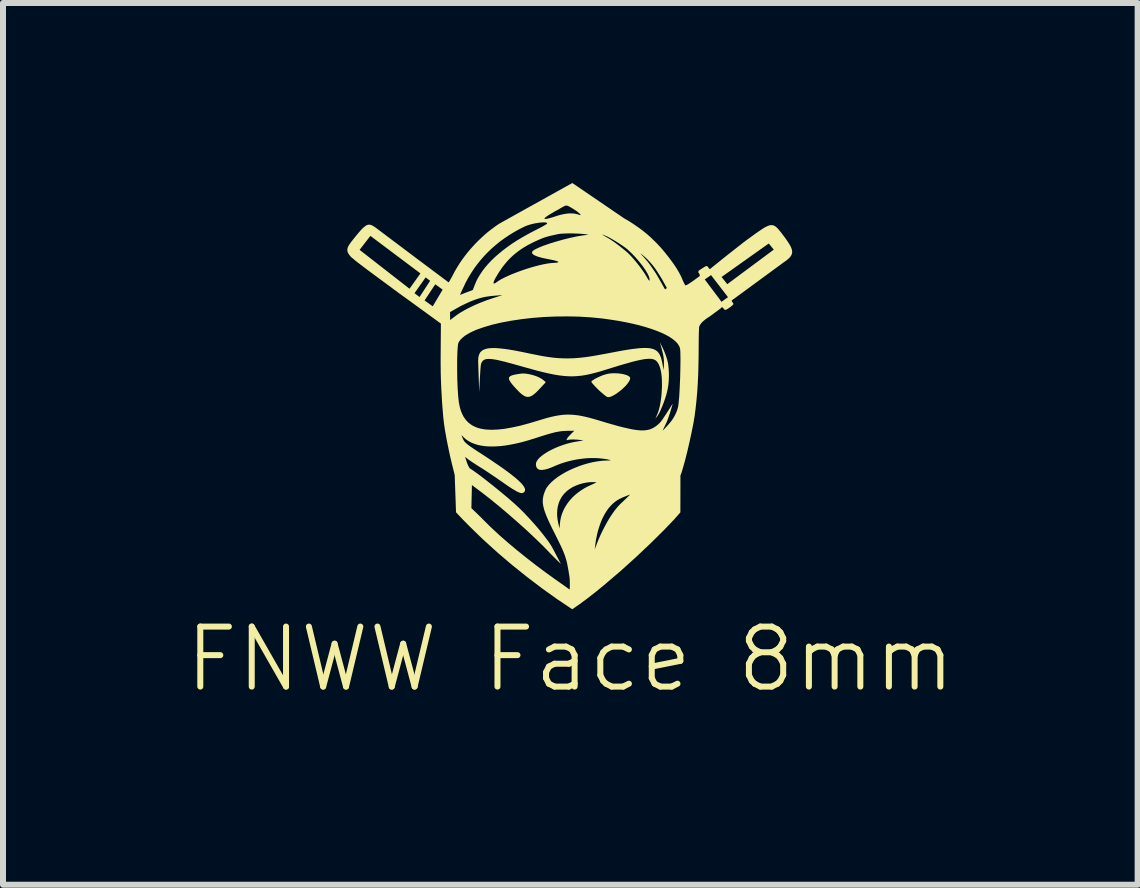
<source format=kicad_pcb>
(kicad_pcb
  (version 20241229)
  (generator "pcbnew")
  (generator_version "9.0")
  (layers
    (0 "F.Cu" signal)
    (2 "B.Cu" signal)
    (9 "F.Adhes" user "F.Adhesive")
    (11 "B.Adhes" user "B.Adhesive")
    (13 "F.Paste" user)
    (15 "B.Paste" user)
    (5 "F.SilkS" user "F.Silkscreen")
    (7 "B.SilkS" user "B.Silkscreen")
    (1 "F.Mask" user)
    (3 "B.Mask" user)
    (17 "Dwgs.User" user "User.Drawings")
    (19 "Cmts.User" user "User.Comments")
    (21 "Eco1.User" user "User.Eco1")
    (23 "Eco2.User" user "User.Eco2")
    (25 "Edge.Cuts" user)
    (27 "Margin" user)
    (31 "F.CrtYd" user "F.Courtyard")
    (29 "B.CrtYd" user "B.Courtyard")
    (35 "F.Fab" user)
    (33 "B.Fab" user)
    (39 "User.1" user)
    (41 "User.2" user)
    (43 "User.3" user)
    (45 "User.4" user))
  (footprint "FNWW Face 8mm"
    (layer "F.Cu")
    (at 6.455 3.635)
    (property "Reference" "FNWW Face 8mm" (at 0 4.3 0) (unlocked yes) (layer "F.SilkS") (effects (font (size 1 1) (thickness 0.1))))
    (fp_poly (pts (xy -0.755 -0.459) (xy -0.73 -0.456) (xy -0.705 -0.452) (xy -0.678 -0.447) (xy -0.652 -0.441) (xy -0.625 -0.434) (xy -0.599 -0.426) (xy -0.574 -0.417) (xy -0.549 -0.408) (xy -0.526 -0.397) (xy -0.504 -0.386) (xy -0.484 -0.375) (xy -0.466 -0.363) (xy -0.45 -0.351) (xy -0.409 -0.316) (xy -0.503 -0.214) (xy -0.535 -0.18) (xy -0.564 -0.151) (xy -0.578 -0.138) (xy -0.592 -0.126) (xy -0.605 -0.115) (xy -0.617 -0.106) (xy -0.629 -0.097) (xy -0.641 -0.09) (xy -0.653 -0.084) (xy -0.664 -0.079) (xy -0.676 -0.075) (xy -0.687 -0.072) (xy -0.698 -0.071) (xy -0.709 -0.07) (xy -0.72 -0.071) (xy -0.731 -0.073) (xy -0.742 -0.076) (xy -0.753 -0.08) (xy -0.764 -0.085) (xy -0.776 -0.092) (xy -0.788 -0.099) (xy -0.8 -0.108) (xy -0.813 -0.118) (xy -0.826 -0.129) (xy -0.84 -0.141) (xy -0.854 -0.155) (xy -0.883 -0.185) (xy -0.916 -0.219) (xy -0.944 -0.251) (xy -0.968 -0.279) (xy -0.988 -0.305) (xy -0.996 -0.316) (xy -1.003 -0.327) (xy -1.009 -0.337) (xy -1.014 -0.347) (xy -1.018 -0.356) (xy -1.021 -0.364) (xy -1.023 -0.372) (xy -1.023 -0.38) (xy -1.023 -0.387) (xy -1.021 -0.393) (xy -1.018 -0.399) (xy -1.013 -0.405) (xy -1.008 -0.41) (xy -1.001 -0.415) (xy -0.993 -0.42) (xy -0.984 -0.424) (xy -0.974 -0.428) (xy -0.962 -0.432) (xy -0.935 -0.439) (xy -0.902 -0.446) (xy -0.865 -0.452) (xy -0.822 -0.458) (xy -0.801 -0.46) (xy -0.779 -0.46)) (stroke (width 0) (type solid)) (fill yes) (layer "F.SilkS"))
    (fp_poly (pts (xy 0.75 -0.464) (xy 0.783 -0.463) (xy 0.815 -0.46) (xy 0.846 -0.456) (xy 0.875 -0.451) (xy 0.902 -0.444) (xy 0.927 -0.437) (xy 0.949 -0.429) (xy 0.959 -0.424) (xy 0.967 -0.42) (xy 0.975 -0.415) (xy 0.982 -0.41) (xy 0.987 -0.405) (xy 0.992 -0.399) (xy 0.995 -0.394) (xy 0.996 -0.388) (xy 0.997 -0.379) (xy 0.996 -0.369) (xy 0.993 -0.358) (xy 0.988 -0.347) (xy 0.982 -0.334) (xy 0.974 -0.322) (xy 0.955 -0.294) (xy 0.932 -0.266) (xy 0.904 -0.237) (xy 0.874 -0.208) (xy 0.842 -0.18) (xy 0.808 -0.154) (xy 0.775 -0.129) (xy 0.741 -0.108) (xy 0.71 -0.09) (xy 0.68 -0.077) (xy 0.667 -0.072) (xy 0.654 -0.069) (xy 0.642 -0.067) (xy 0.631 -0.066) (xy 0.622 -0.067) (xy 0.613 -0.07) (xy 0.601 -0.078) (xy 0.585 -0.089) (xy 0.566 -0.103) (xy 0.546 -0.12) (xy 0.524 -0.139) (xy 0.501 -0.159) (xy 0.478 -0.18) (xy 0.455 -0.202) (xy 0.434 -0.224) (xy 0.413 -0.245) (xy 0.395 -0.265) (xy 0.379 -0.283) (xy 0.366 -0.298) (xy 0.356 -0.311) (xy 0.353 -0.316) (xy 0.351 -0.321) (xy 0.35 -0.324) (xy 0.351 -0.326) (xy 0.355 -0.332) (xy 0.362 -0.338) (xy 0.372 -0.346) (xy 0.383 -0.353) (xy 0.395 -0.361) (xy 0.41 -0.37) (xy 0.425 -0.378) (xy 0.442 -0.387) (xy 0.477 -0.404) (xy 0.513 -0.42) (xy 0.531 -0.427) (xy 0.549 -0.434) (xy 0.567 -0.439) (xy 0.583 -0.444) (xy 0.597 -0.448) (xy 0.611 -0.452) (xy 0.625 -0.455) (xy 0.655 -0.46) (xy 0.686 -0.463) (xy 0.718 -0.464)) (stroke (width 0) (type solid)) (fill yes) (layer "F.SilkS"))
    (fp_poly (pts (xy 1.511 -0.943) (xy 1.532 -0.901) (xy 1.557 -0.848) (xy 1.582 -0.787) (xy 1.594 -0.754) (xy 1.605 -0.721) (xy 1.615 -0.688) (xy 1.623 -0.654) (xy 1.63 -0.622) (xy 1.634 -0.59) (xy 1.639 -0.535) (xy 1.642 -0.482) (xy 1.643 -0.432) (xy 1.642 -0.383) (xy 1.64 -0.336) (xy 1.636 -0.29) (xy 1.63 -0.245) (xy 1.622 -0.201) (xy 1.613 -0.157) (xy 1.601 -0.112) (xy 1.588 -0.068) (xy 1.573 -0.023) (xy 1.557 0.023) (xy 1.538 0.071) (xy 1.518 0.119) (xy 1.496 0.17) (xy 1.493 0.176) (xy 1.49 0.182) (xy 1.484 0.193) (xy 1.478 0.204) (xy 1.472 0.215) (xy 1.465 0.226) (xy 1.459 0.236) (xy 1.453 0.245) (xy 1.447 0.254) (xy 1.441 0.261) (xy 1.436 0.269) (xy 1.427 0.28) (xy 1.419 0.29) (xy 1.431 0.261) (xy 1.456 0.203) (xy 1.469 0.167) (xy 1.481 0.126) (xy 1.492 0.081) (xy 1.501 0.033) (xy 1.509 -0.018) (xy 1.516 -0.071) (xy 1.521 -0.125) (xy 1.524 -0.18) (xy 1.527 -0.235) (xy 1.527 -0.289) (xy 1.526 -0.342) (xy 1.524 -0.392) (xy 1.519 -0.439) (xy 1.513 -0.482) (xy 1.505 -0.521) (xy 1.496 -0.555) (xy 1.483 -0.592) (xy 1.468 -0.623) (xy 1.451 -0.65) (xy 1.431 -0.671) (xy 1.42 -0.68) (xy 1.407 -0.687) (xy 1.393 -0.694) (xy 1.378 -0.699) (xy 1.342 -0.705) (xy 1.299 -0.705) (xy 1.248 -0.701) (xy 1.188 -0.691) (xy 1.118 -0.676) (xy 1.036 -0.656) (xy 0.836 -0.599) (xy 0.579 -0.52) (xy 0.491 -0.493) (xy 0.408 -0.47) (xy 0.331 -0.451) (xy 0.256 -0.435) (xy 0.185 -0.424) (xy 0.114 -0.417) (xy 0.043 -0.413) (xy -0.029 -0.414) (xy -0.103 -0.419) (xy -0.181 -0.428) (xy -0.264 -0.441) (xy -0.352 -0.459) (xy -0.448 -0.481) (xy -0.552 -0.507) (xy -0.79 -0.573) (xy -0.89 -0.601) (xy -0.979 -0.626) (xy -1.059 -0.647) (xy -1.095 -0.657) (xy -1.13 -0.665) (xy -1.162 -0.673) (xy -1.192 -0.68) (xy -1.22 -0.686) (xy -1.246 -0.691) (xy -1.27 -0.695) (xy -1.293 -0.698) (xy -1.313 -0.701) (xy -1.333 -0.702) (xy -1.35 -0.703) (xy -1.367 -0.703) (xy -1.382 -0.702) (xy -1.395 -0.701) (xy -1.408 -0.699) (xy -1.419 -0.695) (xy -1.424 -0.693) (xy -1.429 -0.691) (xy -1.434 -0.689) (xy -1.439 -0.687) (xy -1.443 -0.684) (xy -1.447 -0.681) (xy -1.451 -0.678) (xy -1.455 -0.675) (xy -1.462 -0.668) (xy -1.468 -0.66) (xy -1.474 -0.651) (xy -1.479 -0.642) (xy -1.484 -0.632) (xy -1.488 -0.621) (xy -1.49 -0.61) (xy -1.493 -0.592) (xy -1.498 -0.534) (xy -1.508 -0.375) (xy -1.519 -0.152) (xy -1.527 -0.394) (xy -1.536 -0.674) (xy -1.534 -0.717) (xy -1.527 -0.755) (xy -1.515 -0.788) (xy -1.507 -0.803) (xy -1.498 -0.816) (xy -1.487 -0.828) (xy -1.474 -0.839) (xy -1.46 -0.849) (xy -1.444 -0.857) (xy -1.407 -0.871) (xy -1.362 -0.88) (xy -1.309 -0.884) (xy -1.247 -0.884) (xy -1.177 -0.879) (xy -1.096 -0.87) (xy -1.006 -0.857) (xy -0.905 -0.839) (xy -0.793 -0.817) (xy -0.669 -0.791) (xy -0.494 -0.756) (xy -0.414 -0.742) (xy -0.337 -0.731) (xy -0.263 -0.722) (xy -0.191 -0.716) (xy -0.12 -0.713) (xy -0.049 -0.712) (xy 0.023 -0.713) (xy 0.097 -0.717) (xy 0.173 -0.724) (xy 0.252 -0.733) (xy 0.336 -0.745) (xy 0.426 -0.76) (xy 0.623 -0.796) (xy 0.722 -0.815) (xy 0.812 -0.832) (xy 0.895 -0.847) (xy 0.97 -0.859) (xy 1.038 -0.869) (xy 1.099 -0.876) (xy 1.155 -0.882) (xy 1.205 -0.885) (xy 1.249 -0.886) (xy 1.27 -0.885) (xy 1.289 -0.884) (xy 1.307 -0.883) (xy 1.324 -0.881) (xy 1.34 -0.878) (xy 1.355 -0.875) (xy 1.369 -0.871) (xy 1.383 -0.867) (xy 1.395 -0.862) (xy 1.407 -0.857) (xy 1.418 -0.851) (xy 1.428 -0.844) (xy 1.438 -0.837) (xy 1.447 -0.83) (xy 1.452 -0.825) (xy 1.457 -0.821) (xy 1.466 -0.81) (xy 1.474 -0.799) (xy 1.482 -0.787) (xy 1.489 -0.775) (xy 1.495 -0.762) (xy 1.501 -0.749) (xy 1.506 -0.736) (xy 1.511 -0.723) (xy 1.515 -0.709) (xy 1.519 -0.696) (xy 1.522 -0.683) (xy 1.528 -0.659) (xy 1.532 -0.638) (xy 1.544 -0.574) (xy 1.548 -0.553) (xy 1.556 -0.517) (xy 1.558 -0.565) (xy 1.56 -0.604) (xy 1.56 -0.636) (xy 1.56 -0.65) (xy 1.56 -0.663) (xy 1.56 -0.674) (xy 1.559 -0.685) (xy 1.558 -0.696) (xy 1.557 -0.706) (xy 1.555 -0.727) (xy 1.551 -0.75) (xy 1.548 -0.766) (xy 1.545 -0.783) (xy 1.536 -0.82) (xy 1.526 -0.859) (xy 1.516 -0.896) (xy 1.499 -0.956) (xy 1.491 -0.98)) (stroke (width 0) (type solid)) (fill yes) (layer "F.SilkS"))
    (fp_poly (pts (xy 0.9 -3.044) (xy 0.949 -3.016) (xy 0.999 -2.986) (xy 1.049 -2.953) (xy 1.099 -2.919) (xy 1.149 -2.884) (xy 1.198 -2.848) (xy 1.244 -2.811) (xy 1.289 -2.774) (xy 1.309 -2.756) (xy 1.334 -2.734) (xy 1.361 -2.708) (xy 1.391 -2.679) (xy 1.422 -2.649) (xy 1.452 -2.618) (xy 1.481 -2.587) (xy 1.508 -2.558) (xy 1.539 -2.522) (xy 1.569 -2.486) (xy 1.626 -2.415) (xy 1.653 -2.38) (xy 1.679 -2.345) (xy 1.704 -2.311) (xy 1.728 -2.277) (xy 1.75 -2.244) (xy 1.771 -2.212) (xy 1.79 -2.18) (xy 1.808 -2.15) (xy 1.824 -2.12) (xy 1.839 -2.092) (xy 1.852 -2.065) (xy 1.862 -2.04) (xy 1.867 -2.029) (xy 1.872 -2.018) (xy 1.876 -2.007) (xy 1.881 -1.997) (xy 1.885 -1.988) (xy 1.889 -1.979) (xy 1.894 -1.97) (xy 1.898 -1.962) (xy 1.901 -1.955) (xy 1.905 -1.949) (xy 1.908 -1.943) (xy 1.911 -1.939) (xy 1.914 -1.935) (xy 1.916 -1.932) (xy 1.917 -1.931) (xy 1.918 -1.931) (xy 1.919 -1.93) (xy 1.92 -1.93) (xy 1.923 -1.93) (xy 1.927 -1.931) (xy 1.937 -1.935) (xy 1.949 -1.94) (xy 1.962 -1.948) (xy 1.977 -1.957) (xy 1.993 -1.967) (xy 2.027 -1.99) (xy 2.08 -2.028) (xy 2.24 -2.028) (xy 2.37 -1.855) (xy 2.465 -1.729) (xy 2.519 -1.655) (xy 2.628 -1.732) (xy 2.369 -2.069) (xy 2.521 -2.069) (xy 2.616 -1.949) (xy 3.391 -2.525) (xy 3.307 -2.627) (xy 2.521 -2.069) (xy 2.369 -2.069) (xy 2.346 -2.1) (xy 2.24 -2.028) (xy 2.08 -2.028) (xy 2.151 -2.08) (xy 2.153 -2.081) (xy 2.154 -2.083) (xy 2.155 -2.085) (xy 2.156 -2.086) (xy 2.157 -2.088) (xy 2.158 -2.09) (xy 2.158 -2.092) (xy 2.158 -2.094) (xy 2.158 -2.097) (xy 2.158 -2.099) (xy 2.157 -2.101) (xy 2.157 -2.104) (xy 2.156 -2.106) (xy 2.155 -2.108) (xy 2.153 -2.113) (xy 2.151 -2.118) (xy 2.149 -2.122) (xy 2.146 -2.127) (xy 2.143 -2.131) (xy 2.135 -2.143) (xy 2.135 -2.145) (xy 2.134 -2.146) (xy 2.134 -2.147) (xy 2.134 -2.148) (xy 2.133 -2.149) (xy 2.133 -2.151) (xy 2.133 -2.152) (xy 2.133 -2.153) (xy 2.133 -2.154) (xy 2.133 -2.156) (xy 2.134 -2.157) (xy 2.134 -2.158) (xy 2.134 -2.16) (xy 2.135 -2.161) (xy 2.135 -2.162) (xy 2.136 -2.163) (xy 2.137 -2.166) (xy 2.138 -2.168) (xy 2.139 -2.171) (xy 2.141 -2.173) (xy 2.142 -2.175) (xy 2.144 -2.177) (xy 2.146 -2.178) (xy 2.147 -2.179) (xy 2.147 -2.179) (xy 2.166 -2.192) (xy 2.182 -2.203) (xy 2.201 -2.215) (xy 2.221 -2.227) (xy 2.239 -2.238) (xy 2.247 -2.243) (xy 2.254 -2.246) (xy 2.26 -2.249) (xy 2.265 -2.25) (xy 2.266 -2.25) (xy 2.267 -2.25) (xy 2.268 -2.25) (xy 2.27 -2.251) (xy 2.271 -2.25) (xy 2.272 -2.25) (xy 2.273 -2.25) (xy 2.275 -2.25) (xy 2.276 -2.25) (xy 2.277 -2.249) (xy 2.278 -2.249) (xy 2.279 -2.249) (xy 2.28 -2.248) (xy 2.281 -2.248) (xy 2.282 -2.247) (xy 2.283 -2.247) (xy 2.284 -2.246) (xy 2.285 -2.245) (xy 2.286 -2.245) (xy 2.287 -2.244) (xy 2.289 -2.243) (xy 2.29 -2.241) (xy 2.292 -2.239) (xy 2.293 -2.238) (xy 2.294 -2.236) (xy 2.296 -2.234) (xy 2.298 -2.23) (xy 2.302 -2.225) (xy 2.304 -2.221) (xy 2.306 -2.218) (xy 2.308 -2.215) (xy 2.311 -2.212) (xy 2.314 -2.209) (xy 2.315 -2.208) (xy 2.317 -2.207) (xy 2.318 -2.206) (xy 2.319 -2.205) (xy 2.321 -2.204) (xy 2.322 -2.203) (xy 2.323 -2.203) (xy 2.325 -2.202) (xy 2.326 -2.202) (xy 2.327 -2.202) (xy 2.329 -2.202) (xy 2.33 -2.203) (xy 2.331 -2.204) (xy 2.332 -2.205) (xy 2.588 -2.411) (xy 2.793 -2.572) (xy 2.885 -2.644) (xy 2.96 -2.7) (xy 3.098 -2.8) (xy 3.155 -2.839) (xy 3.204 -2.872) (xy 3.226 -2.886) (xy 3.246 -2.897) (xy 3.266 -2.908) (xy 3.284 -2.916) (xy 3.301 -2.923) (xy 3.316 -2.928) (xy 3.332 -2.931) (xy 3.346 -2.933) (xy 3.36 -2.933) (xy 3.373 -2.931) (xy 3.385 -2.928) (xy 3.398 -2.923) (xy 3.41 -2.916) (xy 3.422 -2.908) (xy 3.435 -2.898) (xy 3.447 -2.886) (xy 3.46 -2.873) (xy 3.473 -2.858) (xy 3.501 -2.824) (xy 3.533 -2.783) (xy 3.568 -2.736) (xy 3.599 -2.694) (xy 3.625 -2.655) (xy 3.637 -2.637) (xy 3.648 -2.62) (xy 3.657 -2.604) (xy 3.666 -2.588) (xy 3.674 -2.573) (xy 3.68 -2.559) (xy 3.686 -2.545) (xy 3.69 -2.532) (xy 3.693 -2.519) (xy 3.696 -2.507) (xy 3.697 -2.495) (xy 3.697 -2.484) (xy 3.696 -2.472) (xy 3.694 -2.461) (xy 3.691 -2.451) (xy 3.687 -2.44) (xy 3.682 -2.43) (xy 3.676 -2.419) (xy 3.669 -2.409) (xy 3.66 -2.399) (xy 3.651 -2.388) (xy 3.64 -2.378) (xy 3.629 -2.368) (xy 3.616 -2.357) (xy 3.602 -2.346) (xy 3.588 -2.335) (xy 3.555 -2.312) (xy 2.73 -1.707) (xy 2.726 -1.704) (xy 2.723 -1.702) (xy 2.716 -1.698) (xy 2.71 -1.694) (xy 2.708 -1.692) (xy 2.705 -1.69) (xy 2.703 -1.688) (xy 2.7 -1.686) (xy 2.699 -1.685) (xy 2.698 -1.684) (xy 2.697 -1.683) (xy 2.696 -1.682) (xy 2.695 -1.681) (xy 2.694 -1.68) (xy 2.694 -1.679) (xy 2.693 -1.678) (xy 2.692 -1.677) (xy 2.691 -1.676) (xy 2.691 -1.674) (xy 2.69 -1.673) (xy 2.69 -1.672) (xy 2.69 -1.67) (xy 2.69 -1.669) (xy 2.69 -1.667) (xy 2.691 -1.665) (xy 2.692 -1.664) (xy 2.692 -1.662) (xy 2.694 -1.66) (xy 2.696 -1.656) (xy 2.699 -1.652) (xy 2.705 -1.644) (xy 2.708 -1.64) (xy 2.711 -1.636) (xy 2.713 -1.634) (xy 2.714 -1.632) (xy 2.715 -1.629) (xy 2.716 -1.627) (xy 2.716 -1.625) (xy 2.717 -1.623) (xy 2.717 -1.622) (xy 2.717 -1.62) (xy 2.717 -1.618) (xy 2.717 -1.616) (xy 2.716 -1.614) (xy 2.715 -1.612) (xy 2.711 -1.607) (xy 2.706 -1.602) (xy 2.699 -1.595) (xy 2.692 -1.589) (xy 2.684 -1.582) (xy 2.675 -1.574) (xy 2.665 -1.567) (xy 2.655 -1.56) (xy 2.645 -1.553) (xy 2.636 -1.547) (xy 2.626 -1.541) (xy 2.617 -1.535) (xy 2.608 -1.53) (xy 2.6 -1.526) (xy 2.592 -1.523) (xy 2.586 -1.521) (xy 2.584 -1.521) (xy 2.582 -1.52) (xy 2.58 -1.521) (xy 2.578 -1.521) (xy 2.576 -1.522) (xy 2.574 -1.522) (xy 2.572 -1.523) (xy 2.571 -1.525) (xy 2.569 -1.526) (xy 2.567 -1.528) (xy 2.565 -1.529) (xy 2.564 -1.531) (xy 2.56 -1.535) (xy 2.557 -1.539) (xy 2.551 -1.547) (xy 2.548 -1.551) (xy 2.545 -1.555) (xy 2.542 -1.558) (xy 2.54 -1.559) (xy 2.539 -1.56) (xy 2.538 -1.561) (xy 2.536 -1.562) (xy 2.535 -1.563) (xy 2.533 -1.563) (xy 2.532 -1.564) (xy 2.531 -1.564) (xy 2.53 -1.564) (xy 2.529 -1.564) (xy 2.528 -1.564) (xy 2.527 -1.563) (xy 2.526 -1.563) (xy 2.525 -1.563) (xy 2.524 -1.562) (xy 2.523 -1.562) (xy 2.522 -1.561) (xy 2.521 -1.561) (xy 2.519 -1.559) (xy 2.517 -1.558) (xy 2.509 -1.55) (xy 2.507 -1.547) (xy 2.504 -1.545) (xy 2.502 -1.542) (xy 2.498 -1.54) (xy 2.39 -1.46) (xy 2.341 -1.424) (xy 2.317 -1.407) (xy 2.303 -1.398) (xy 2.28 -1.383) (xy 2.267 -1.374) (xy 2.253 -1.364) (xy 2.239 -1.352) (xy 2.224 -1.34) (xy 2.209 -1.327) (xy 2.195 -1.313) (xy 2.183 -1.299) (xy 2.177 -1.292) (xy 2.171 -1.284) (xy 2.166 -1.276) (xy 2.161 -1.269) (xy 2.157 -1.261) (xy 2.153 -1.253) (xy 2.15 -1.245) (xy 2.148 -1.238) (xy 2.146 -1.23) (xy 2.146 -1.222) (xy 2.143 -1.167) (xy 2.141 -1.099) (xy 2.14 -1.016) (xy 2.139 -0.916) (xy 2.138 -0.75) (xy 2.135 -0.591) (xy 2.131 -0.439) (xy 2.124 -0.293) (xy 2.115 -0.153) (xy 2.103 -0.018) (xy 2.089 0.112) (xy 2.073 0.239) (xy 2.051 0.371) (xy 2.021 0.52) (xy 1.987 0.678) (xy 1.951 0.834) (xy 1.915 0.977) (xy 1.881 1.099) (xy 1.854 1.189) (xy 1.843 1.219) (xy 1.835 1.237) (xy 1.834 1.854) (xy 1.724 1.979) (xy 1.558 2.152) (xy 1.348 2.36) (xy 1.104 2.591) (xy 0.839 2.83) (xy 0.564 3.065) (xy 0.427 3.177) (xy 0.291 3.283) (xy 0.159 3.381) (xy 0.032 3.469) (xy -0.22 3.3) (xy -0.472 3.12) (xy -0.721 2.931) (xy -0.968 2.733) (xy -1.211 2.526) (xy -1.449 2.31) (xy -1.565 2.199) (xy -1.68 2.086) (xy -1.794 1.971) (xy -1.905 1.853) (xy -1.927 1.232) (xy -1.975 1.038) (xy -2.004 0.916) (xy -2.032 0.784) (xy -2.06 0.647) (xy -2.074 0.568) (xy -1.813 0.568) (xy -1.81 0.579) (xy -1.806 0.589) (xy -1.804 0.594) (xy -1.803 0.599) (xy -1.801 0.603) (xy -1.799 0.608) (xy -1.794 0.619) (xy -1.788 0.631) (xy -1.782 0.646) (xy -1.777 0.654) (xy -1.772 0.663) (xy -1.766 0.671) (xy -1.758 0.68) (xy -1.75 0.689) (xy -1.74 0.699) (xy -1.728 0.709) (xy -1.715 0.72) (xy -1.7 0.732) (xy -1.684 0.744) (xy -1.644 0.772) (xy -1.595 0.805) (xy -1.537 0.843) (xy -1.424 0.916) (xy -1.32 0.985) (xy -1.226 1.049) (xy -1.14 1.108) (xy -1.064 1.163) (xy -0.997 1.213) (xy -0.938 1.26) (xy -0.912 1.281) (xy -0.888 1.302) (xy -0.866 1.322) (xy -0.846 1.341) (xy -0.828 1.358) (xy -0.812 1.375) (xy -0.798 1.392) (xy -0.786 1.407) (xy -0.776 1.421) (xy -0.768 1.435) (xy -0.762 1.448) (xy -0.757 1.46) (xy -0.755 1.471) (xy -0.754 1.481) (xy -0.756 1.491) (xy -0.759 1.5) (xy -0.763 1.508) (xy -0.77 1.516) (xy -0.778 1.523) (xy -0.787 1.528) (xy -0.797 1.532) (xy -0.809 1.533) (xy -0.822 1.532) (xy -0.836 1.529) (xy -0.853 1.523) (xy -0.873 1.515) (xy -0.895 1.504) (xy -0.919 1.49) (xy -0.947 1.473) (xy -0.979 1.454) (xy -1.053 1.405) (xy -1.143 1.342) (xy -1.247 1.27) (xy -1.351 1.2) (xy -1.443 1.139) (xy -1.481 1.115) (xy -1.512 1.096) (xy -1.539 1.079) (xy -1.566 1.062) (xy -1.593 1.044) (xy -1.619 1.027) (xy -1.644 1.011) (xy -1.665 0.996) (xy -1.683 0.984) (xy -1.698 0.973) (xy -1.755 0.929) (xy -1.724 1.02) (xy -1.721 1.03) (xy -1.718 1.039) (xy -1.714 1.048) (xy -1.71 1.057) (xy -1.706 1.066) (xy -1.703 1.074) (xy -1.699 1.082) (xy -1.695 1.089) (xy -1.691 1.096) (xy -1.687 1.103) (xy -1.684 1.108) (xy -1.68 1.113) (xy -1.677 1.118) (xy -1.674 1.122) (xy -1.672 1.123) (xy -1.671 1.124) (xy -1.669 1.125) (xy -1.668 1.126) (xy -1.641 1.143) (xy -1.605 1.167) (xy -1.514 1.233) (xy -1.404 1.318) (xy -1.282 1.414) (xy -1.158 1.515) (xy -1.041 1.613) (xy -0.938 1.702) (xy -0.859 1.775) (xy -0.814 1.819) (xy -0.769 1.864) (xy -0.681 1.958) (xy -0.597 2.051) (xy -0.518 2.143) (xy -0.447 2.231) (xy -0.415 2.273) (xy -0.385 2.312) (xy -0.359 2.349) (xy -0.336 2.383) (xy -0.316 2.415) (xy -0.3 2.443) (xy -0.281 2.478) (xy -0.257 2.524) (xy -0.208 2.616) (xy -0.157 2.714) (xy -0.22 2.653) (xy -0.25 2.623) (xy -0.284 2.589) (xy -0.317 2.556) (xy -0.342 2.53) (xy -0.453 2.415) (xy -0.585 2.287) (xy -0.73 2.151) (xy -0.885 2.012) (xy -1.043 1.874) (xy -1.198 1.743) (xy -1.346 1.623) (xy -1.48 1.519) (xy -1.64 1.399) (xy -1.649 1.784) (xy -1.586 1.844) (xy -1.524 1.904) (xy -1.491 1.936) (xy -1.459 1.969) (xy -1.329 2.098) (xy -1.189 2.228) (xy -1.042 2.357) (xy -0.888 2.486) (xy -0.731 2.612) (xy -0.573 2.735) (xy -0.415 2.853) (xy -0.259 2.965) (xy -0.01 3.141) (xy -0.009 3.105) (xy -0.008 3.07) (xy -0.008 3.037) (xy -0.009 3.006) (xy -0.01 2.977) (xy -0.012 2.949) (xy -0.015 2.923) (xy -0.019 2.899) (xy -0.033 2.812) (xy -0.047 2.739) (xy -0.053 2.706) (xy -0.061 2.673) (xy -0.07 2.641) (xy -0.08 2.607) (xy -0.091 2.573) (xy -0.105 2.536) (xy -0.121 2.496) (xy -0.131 2.474) (xy 0.406 2.474) (xy 0.414 2.45) (xy 0.438 2.388) (xy 0.454 2.347) (xy 0.472 2.302) (xy 0.493 2.254) (xy 0.515 2.206) (xy 0.537 2.161) (xy 0.559 2.117) (xy 0.581 2.076) (xy 0.603 2.036) (xy 0.625 1.997) (xy 0.646 1.961) (xy 0.668 1.926) (xy 0.69 1.893) (xy 0.712 1.861) (xy 0.733 1.831) (xy 0.755 1.803) (xy 0.777 1.776) (xy 0.798 1.751) (xy 0.82 1.728) (xy 0.842 1.706) (xy 0.864 1.686) (xy 0.885 1.666) (xy 0.907 1.645) (xy 0.929 1.624) (xy 0.95 1.603) (xy 0.984 1.57) (xy 0.997 1.556) (xy 0.935 1.58) (xy 0.907 1.591) (xy 0.878 1.603) (xy 0.85 1.616) (xy 0.825 1.628) (xy 0.79 1.647) (xy 0.756 1.67) (xy 0.723 1.696) (xy 0.692 1.725) (xy 0.662 1.757) (xy 0.633 1.791) (xy 0.606 1.829) (xy 0.58 1.87) (xy 0.556 1.914) (xy 0.533 1.96) (xy 0.512 2.009) (xy 0.493 2.061) (xy 0.475 2.115) (xy 0.458 2.172) (xy 0.444 2.232) (xy 0.431 2.294) (xy 0.426 2.32) (xy 0.422 2.349) (xy 0.418 2.379) (xy 0.414 2.408) (xy 0.406 2.474) (xy -0.131 2.474) (xy -0.14 2.453) (xy -0.162 2.405) (xy -0.188 2.352) (xy -0.25 2.226) (xy -0.29 2.147) (xy -0.325 2.075) (xy -0.356 2.01) (xy -0.382 1.951) (xy -0.405 1.897) (xy -0.409 1.886) (xy -0.22 1.886) (xy -0.219 1.915) (xy -0.216 1.945) (xy -0.212 1.975) (xy -0.207 2.006) (xy -0.2 2.038) (xy -0.181 2.123) (xy -0.17 2.014) (xy -0.167 1.99) (xy -0.162 1.965) (xy -0.157 1.941) (xy -0.151 1.917) (xy -0.144 1.894) (xy -0.136 1.871) (xy -0.117 1.825) (xy -0.095 1.78) (xy -0.069 1.737) (xy -0.041 1.695) (xy -0.009 1.654) (xy 0.026 1.615) (xy 0.064 1.578) (xy 0.104 1.543) (xy 0.147 1.51) (xy 0.192 1.479) (xy 0.239 1.45) (xy 0.288 1.424) (xy 0.339 1.4) (xy 0.372 1.385) (xy 0.383 1.38) (xy 0.393 1.376) (xy 0.397 1.374) (xy 0.402 1.371) (xy 0.406 1.369) (xy 0.411 1.366) (xy 0.422 1.359) (xy 0.436 1.351) (xy 0.4 1.35) (xy 0.377 1.35) (xy 0.35 1.35) (xy 0.319 1.352) (xy 0.303 1.353) (xy 0.286 1.355) (xy 0.268 1.358) (xy 0.249 1.361) (xy 0.23 1.365) (xy 0.21 1.369) (xy 0.179 1.378) (xy 0.149 1.387) (xy 0.121 1.397) (xy 0.093 1.408) (xy 0.067 1.42) (xy 0.041 1.432) (xy 0.017 1.446) (xy -0.006 1.461) (xy -0.028 1.476) (xy -0.049 1.492) (xy -0.069 1.51) (xy -0.087 1.528) (xy -0.105 1.546) (xy -0.121 1.566) (xy -0.136 1.586) (xy -0.15 1.607) (xy -0.162 1.629) (xy -0.174 1.652) (xy -0.184 1.675) (xy -0.193 1.699) (xy -0.2 1.724) (xy -0.207 1.749) (xy -0.212 1.775) (xy -0.216 1.802) (xy -0.218 1.829) (xy -0.22 1.857) (xy -0.22 1.886) (xy -0.409 1.886) (xy -0.423 1.847) (xy -0.431 1.824) (xy -0.438 1.802) (xy -0.443 1.781) (xy -0.448 1.76) (xy -0.452 1.741) (xy -0.455 1.722) (xy -0.458 1.703) (xy -0.459 1.685) (xy -0.459 1.668) (xy -0.459 1.651) (xy -0.458 1.634) (xy -0.456 1.617) (xy -0.453 1.601) (xy -0.45 1.584) (xy -0.446 1.568) (xy -0.441 1.551) (xy -0.429 1.517) (xy -0.415 1.482) (xy -0.404 1.46) (xy -0.391 1.438) (xy -0.357 1.394) (xy -0.316 1.351) (xy -0.267 1.308) (xy -0.212 1.266) (xy -0.15 1.226) (xy -0.084 1.187) (xy -0.014 1.151) (xy 0.06 1.118) (xy 0.137 1.087) (xy 0.215 1.06) (xy 0.294 1.037) (xy 0.373 1.018) (xy 0.452 1.004) (xy 0.53 0.994) (xy 0.605 0.99) (xy 0.617 0.99) (xy 0.63 0.989) (xy 0.642 0.989) (xy 0.654 0.988) (xy 0.672 0.986) (xy 0.68 0.986) (xy 0.654 0.979) (xy 0.631 0.974) (xy 0.619 0.971) (xy 0.608 0.969) (xy 0.597 0.967) (xy 0.584 0.965) (xy 0.57 0.963) (xy 0.555 0.961) (xy 0.522 0.957) (xy 0.485 0.953) (xy 0.441 0.95) (xy 0.395 0.949) (xy 0.349 0.949) (xy 0.301 0.95) (xy 0.254 0.954) (xy 0.205 0.959) (xy 0.157 0.965) (xy 0.109 0.972) (xy 0.06 0.982) (xy 0.012 0.992) (xy -0.035 1.004) (xy -0.082 1.017) (xy -0.128 1.031) (xy -0.173 1.047) (xy -0.217 1.064) (xy -0.26 1.082) (xy -0.28 1.091) (xy -0.299 1.099) (xy -0.317 1.106) (xy -0.335 1.113) (xy -0.352 1.119) (xy -0.368 1.125) (xy -0.384 1.13) (xy -0.399 1.134) (xy -0.413 1.138) (xy -0.427 1.141) (xy -0.44 1.143) (xy -0.453 1.145) (xy -0.465 1.146) (xy -0.476 1.147) (xy -0.486 1.147) (xy -0.496 1.146) (xy -0.506 1.145) (xy -0.515 1.143) (xy -0.523 1.14) (xy -0.53 1.137) (xy -0.537 1.133) (xy -0.543 1.129) (xy -0.549 1.123) (xy -0.554 1.118) (xy -0.558 1.111) (xy -0.562 1.104) (xy -0.566 1.097) (xy -0.568 1.089) (xy -0.57 1.08) (xy -0.572 1.07) (xy -0.573 1.06) (xy -0.573 1.049) (xy -0.572 1.037) (xy -0.569 1.024) (xy -0.564 1.011) (xy -0.557 0.998) (xy -0.538 0.97) (xy -0.512 0.942) (xy -0.479 0.914) (xy -0.442 0.886) (xy -0.399 0.858) (xy -0.351 0.83) (xy -0.3 0.804) (xy -0.245 0.778) (xy -0.188 0.755) (xy -0.128 0.733) (xy -0.066 0.713) (xy -0.003 0.696) (xy 0.06 0.682) (xy 0.124 0.671) (xy 0.221 0.656) (xy 0.196 0.653) (xy 0.162 0.647) (xy 0.144 0.645) (xy 0.132 0.644) (xy 0.119 0.643) (xy 0.105 0.641) (xy 0.088 0.641) (xy 0.07 0.64) (xy 0.049 0.639) (xy 0.038 0.639) (xy 0.027 0.64) (xy 0.017 0.64) (xy 0.006 0.64) (xy -0.003 0.641) (xy -0.013 0.642) (xy -0.021 0.643) (xy -0.029 0.644) (xy -0.032 0.644) (xy -0.035 0.645) (xy -0.038 0.646) (xy -0.041 0.646) (xy -0.047 0.648) (xy -0.052 0.649) (xy -0.057 0.65) (xy -0.061 0.651) (xy -0.064 0.652) (xy -0.063 0.647) (xy -0.06 0.641) (xy -0.058 0.634) (xy -0.054 0.626) (xy -0.052 0.622) (xy -0.05 0.618) (xy -0.048 0.615) (xy -0.046 0.611) (xy -0.044 0.608) (xy -0.041 0.605) (xy -0.036 0.598) (xy -0.03 0.592) (xy -0.024 0.585) (xy -0.017 0.578) (xy -0.011 0.571) (xy -0.003 0.563) (xy 0.011 0.548) (xy 0.066 0.494) (xy -0.049 0.495) (xy -0.099 0.497) (xy -0.149 0.501) (xy -0.2 0.509) (xy -0.257 0.52) (xy -0.322 0.537) (xy -0.398 0.559) (xy -0.489 0.587) (xy -0.597 0.622) (xy -0.702 0.654) (xy -0.804 0.683) (xy -0.901 0.706) (xy -0.995 0.725) (xy -1.084 0.74) (xy -1.17 0.75) (xy -1.251 0.755) (xy -1.328 0.756) (xy -1.4 0.753) (xy -1.435 0.749) (xy -1.469 0.744) (xy -1.501 0.739) (xy -1.532 0.732) (xy -1.562 0.724) (xy -1.591 0.714) (xy -1.619 0.704) (xy -1.646 0.693) (xy -1.671 0.68) (xy -1.696 0.666) (xy -1.719 0.651) (xy -1.741 0.635) (xy -1.761 0.618) (xy -1.781 0.6) (xy -1.786 0.594) (xy -1.792 0.589) (xy -1.802 0.578) (xy -1.813 0.568) (xy -2.074 0.568) (xy -2.085 0.509) (xy -2.105 0.377) (xy -2.119 0.254) (xy -2.137 0.026) (xy -2.151 -0.215) (xy -2.156 -0.342) (xy -2.16 -0.474) (xy -2.16 -0.533) (xy -1.886 -0.533) (xy -1.884 -0.372) (xy -1.878 -0.218) (xy -1.869 -0.082) (xy -1.858 0.02) (xy -1.84 0.108) (xy -1.828 0.148) (xy -1.815 0.185) (xy -1.799 0.221) (xy -1.782 0.254) (xy -1.762 0.285) (xy -1.741 0.313) (xy -1.717 0.34) (xy -1.692 0.363) (xy -1.664 0.385) (xy -1.635 0.404) (xy -1.603 0.421) (xy -1.569 0.436) (xy -1.532 0.449) (xy -1.494 0.459) (xy -1.453 0.467) (xy -1.409 0.473) (xy -1.316 0.478) (xy -1.212 0.474) (xy -1.099 0.462) (xy -0.975 0.44) (xy -0.84 0.411) (xy -0.695 0.372) (xy -0.538 0.325) (xy -0.462 0.302) (xy -0.391 0.281) (xy -0.325 0.264) (xy -0.262 0.25) (xy -0.203 0.239) (xy -0.146 0.231) (xy -0.09 0.226) (xy -0.035 0.225) (xy 0.021 0.226) (xy 0.077 0.231) (xy 0.135 0.238) (xy 0.196 0.249) (xy 0.259 0.263) (xy 0.327 0.28) (xy 0.4 0.3) (xy 0.478 0.323) (xy 0.601 0.36) (xy 0.712 0.392) (xy 0.812 0.42) (xy 0.902 0.442) (xy 0.982 0.46) (xy 1.018 0.468) (xy 1.053 0.474) (xy 1.086 0.479) (xy 1.117 0.483) (xy 1.146 0.486) (xy 1.173 0.488) (xy 1.2 0.488) (xy 1.224 0.488) (xy 1.248 0.486) (xy 1.27 0.483) (xy 1.291 0.479) (xy 1.312 0.475) (xy 1.331 0.469) (xy 1.35 0.461) (xy 1.368 0.453) (xy 1.386 0.444) (xy 1.403 0.434) (xy 1.42 0.422) (xy 1.437 0.41) (xy 1.454 0.396) (xy 1.47 0.382) (xy 1.487 0.366) (xy 1.497 0.355) (xy 1.51 0.34) (xy 1.524 0.321) (xy 1.54 0.299) (xy 1.574 0.248) (xy 1.61 0.193) (xy 1.706 0.043) (xy 1.701 0.061) (xy 1.692 0.094) (xy 1.679 0.137) (xy 1.664 0.187) (xy 1.646 0.24) (xy 1.628 0.292) (xy 1.61 0.339) (xy 1.601 0.36) (xy 1.593 0.377) (xy 1.574 0.416) (xy 1.562 0.44) (xy 1.552 0.462) (xy 1.538 0.494) (xy 1.588 0.441) (xy 1.611 0.417) (xy 1.632 0.393) (xy 1.652 0.37) (xy 1.671 0.347) (xy 1.688 0.325) (xy 1.704 0.302) (xy 1.719 0.279) (xy 1.732 0.256) (xy 1.745 0.233) (xy 1.757 0.208) (xy 1.768 0.183) (xy 1.778 0.157) (xy 1.787 0.129) (xy 1.795 0.1) (xy 1.8 0.073) (xy 1.805 0.033) (xy 1.815 -0.079) (xy 1.823 -0.223) (xy 1.83 -0.383) (xy 1.834 -0.544) (xy 1.836 -0.69) (xy 1.834 -0.806) (xy 1.832 -0.848) (xy 1.828 -0.876) (xy 1.823 -0.896) (xy 1.815 -0.915) (xy 1.791 -0.954) (xy 1.757 -0.992) (xy 1.712 -1.03) (xy 1.658 -1.067) (xy 1.595 -1.103) (xy 1.522 -1.138) (xy 1.441 -1.171) (xy 1.352 -1.203) (xy 1.255 -1.234) (xy 1.151 -1.263) (xy 1.04 -1.29) (xy 0.922 -1.315) (xy 0.799 -1.338) (xy 0.669 -1.358) (xy 0.535 -1.377) (xy 0.343 -1.396) (xy 0.148 -1.408) (xy -0.048 -1.412) (xy -0.244 -1.41) (xy -0.438 -1.402) (xy -0.628 -1.387) (xy -0.811 -1.366) (xy -0.986 -1.34) (xy -1.152 -1.309) (xy -1.305 -1.273) (xy -1.444 -1.232) (xy -1.568 -1.188) (xy -1.623 -1.164) (xy -1.674 -1.139) (xy -1.719 -1.113) (xy -1.76 -1.087) (xy -1.795 -1.059) (xy -1.824 -1.031) (xy -1.847 -1.002) (xy -1.865 -0.973) (xy -1.87 -0.953) (xy -1.875 -0.92) (xy -1.882 -0.82) (xy -1.886 -0.686) (xy -1.886 -0.533) (xy -2.16 -0.533) (xy -2.161 -0.612) (xy -2.161 -0.755) (xy -2.157 -1.292) (xy -2.421 -1.484) (xy -2.005 -1.484) (xy -2.003 -1.351) (xy -1.92 -1.414) (xy -1.888 -1.438) (xy -1.854 -1.461) (xy -1.817 -1.484) (xy -1.779 -1.506) (xy -1.738 -1.529) (xy -1.695 -1.551) (xy -1.605 -1.595) (xy -1.507 -1.637) (xy -1.404 -1.677) (xy -1.296 -1.714) (xy -1.183 -1.75) (xy -1.175 -1.752) (xy -1.166 -1.755) (xy -1.149 -1.76) (xy -1.131 -1.766) (xy -1.193 -1.762) (xy -1.257 -1.757) (xy -1.293 -1.754) (xy -1.331 -1.75) (xy -1.361 -1.746) (xy -1.39 -1.742) (xy -1.418 -1.737) (xy -1.446 -1.731) (xy -1.474 -1.725) (xy -1.502 -1.717) (xy -1.531 -1.709) (xy -1.559 -1.7) (xy -1.588 -1.69) (xy -1.618 -1.679) (xy -1.649 -1.667) (xy -1.68 -1.654) (xy -1.747 -1.623) (xy -1.82 -1.588) (xy -2.005 -1.484) (xy -2.421 -1.484) (xy -2.688 -1.678) (xy -2.429 -1.678) (xy -2.293 -1.58) (xy -2.18 -1.77) (xy -1.84 -1.77) (xy -1.626 -1.852) (xy -1.616 -1.876) (xy -1.606 -1.901) (xy -1.595 -1.931) (xy -1.578 -1.971) (xy -1.28 -1.971) (xy -1.28 -1.968) (xy -1.279 -1.966) (xy -1.278 -1.964) (xy -1.278 -1.963) (xy -1.277 -1.962) (xy -1.276 -1.961) (xy -1.275 -1.961) (xy -1.275 -1.961) (xy -1.273 -1.96) (xy -1.271 -1.96) (xy -1.268 -1.96) (xy -1.265 -1.961) (xy -1.262 -1.962) (xy -1.258 -1.964) (xy -1.254 -1.966) (xy -1.249 -1.968) (xy -1.244 -1.971) (xy -1.239 -1.975) (xy -1.233 -1.979) (xy -1.227 -1.983) (xy -1.191 -2.008) (xy -1.148 -2.033) (xy -1.098 -2.059) (xy -1.042 -2.085) (xy -0.982 -2.112) (xy -0.918 -2.137) (xy -0.852 -2.162) (xy -0.784 -2.186) (xy -0.715 -2.209) (xy -0.646 -2.23) (xy -0.578 -2.249) (xy -0.512 -2.266) (xy -0.45 -2.28) (xy -0.391 -2.291) (xy -0.336 -2.299) (xy -0.288 -2.303) (xy -0.263 -2.304) (xy -0.242 -2.306) (xy -0.225 -2.308) (xy -0.213 -2.311) (xy -0.204 -2.314) (xy -0.202 -2.315) (xy -0.2 -2.317) (xy -0.199 -2.319) (xy -0.2 -2.32) (xy -0.202 -2.322) (xy -0.204 -2.324) (xy -0.213 -2.329) (xy -0.226 -2.334) (xy -0.243 -2.339) (xy -0.265 -2.345) (xy -0.291 -2.351) (xy -0.321 -2.357) (xy -0.395 -2.372) (xy -0.416 -2.376) (xy -0.435 -2.38) (xy -0.454 -2.384) (xy -0.471 -2.388) (xy -0.488 -2.392) (xy -0.504 -2.397) (xy -0.519 -2.401) (xy -0.533 -2.405) (xy -0.547 -2.41) (xy -0.559 -2.414) (xy -0.571 -2.419) (xy -0.581 -2.423) (xy -0.591 -2.428) (xy -0.6 -2.432) (xy -0.608 -2.437) (xy -0.615 -2.442) (xy -0.621 -2.446) (xy -0.626 -2.451) (xy -0.63 -2.456) (xy -0.634 -2.461) (xy -0.636 -2.466) (xy -0.637 -2.468) (xy -0.638 -2.471) (xy -0.638 -2.473) (xy -0.638 -2.475) (xy -0.638 -2.478) (xy -0.638 -2.48) (xy -0.637 -2.483) (xy -0.637 -2.485) (xy -0.634 -2.49) (xy -0.631 -2.495) (xy -0.627 -2.5) (xy -0.622 -2.505) (xy -0.616 -2.51) (xy -0.609 -2.515) (xy -0.602 -2.52) (xy -0.572 -2.536) (xy -0.537 -2.553) (xy -0.495 -2.571) (xy -0.45 -2.589) (xy -0.347 -2.625) (xy -0.233 -2.66) (xy -0.116 -2.693) (xy -0.002 -2.721) (xy 0.105 -2.744) (xy 0.198 -2.76) (xy 0.246 -2.766) (xy 0.303 -2.773) (xy 0.268 -2.779) (xy 0.527 -2.779) (xy 0.562 -2.756) (xy 0.577 -2.747) (xy 0.592 -2.738) (xy 0.607 -2.729) (xy 0.619 -2.723) (xy 0.644 -2.709) (xy 0.675 -2.689) (xy 0.71 -2.665) (xy 0.75 -2.637) (xy 0.793 -2.605) (xy 0.838 -2.57) (xy 0.884 -2.533) (xy 0.931 -2.495) (xy 0.95 -2.478) (xy 0.97 -2.459) (xy 0.991 -2.438) (xy 1.014 -2.414) (xy 1.06 -2.362) (xy 1.108 -2.305) (xy 1.154 -2.246) (xy 1.198 -2.186) (xy 1.218 -2.157) (xy 1.237 -2.129) (xy 1.254 -2.102) (xy 1.269 -2.077) (xy 1.276 -2.064) (xy 1.283 -2.052) (xy 1.289 -2.042) (xy 1.295 -2.033) (xy 1.3 -2.025) (xy 1.302 -2.022) (xy 1.304 -2.019) (xy 1.306 -2.017) (xy 1.308 -2.014) (xy 1.309 -2.013) (xy 1.311 -2.011) (xy 1.312 -2.01) (xy 1.313 -2.009) (xy 1.315 -2.008) (xy 1.316 -2.008) (xy 1.316 -2.008) (xy 1.317 -2.008) (xy 1.317 -2.008) (xy 1.317 -2.008) (xy 1.318 -2.009) (xy 1.318 -2.009) (xy 1.319 -2.01) (xy 1.319 -2.011) (xy 1.32 -2.013) (xy 1.32 -2.014) (xy 1.32 -2.016) (xy 1.321 -2.019) (xy 1.321 -2.021) (xy 1.321 -2.027) (xy 1.32 -2.036) (xy 1.319 -2.045) (xy 1.313 -2.067) (xy 1.303 -2.092) (xy 1.29 -2.119) (xy 1.273 -2.149) (xy 1.254 -2.181) (xy 1.231 -2.214) (xy 1.207 -2.249) (xy 1.18 -2.284) (xy 1.151 -2.32) (xy 1.12 -2.357) (xy 1.089 -2.393) (xy 1.056 -2.428) (xy 1.022 -2.463) (xy 1.021 -2.463) (xy 1.165 -2.463) (xy 1.205 -2.42) (xy 1.221 -2.402) (xy 1.235 -2.386) (xy 1.259 -2.358) (xy 1.282 -2.331) (xy 1.298 -2.312) (xy 1.315 -2.29) (xy 1.333 -2.265) (xy 1.352 -2.238) (xy 1.389 -2.184) (xy 1.422 -2.135) (xy 1.439 -2.107) (xy 1.462 -2.068) (xy 1.514 -1.977) (xy 1.578 -1.862) (xy 1.609 -1.884) (xy 1.587 -1.925) (xy 1.531 -2.026) (xy 1.494 -2.087) (xy 1.455 -2.149) (xy 1.416 -2.207) (xy 1.396 -2.234) (xy 1.378 -2.258) (xy 1.36 -2.28) (xy 1.339 -2.304) (xy 1.315 -2.331) (xy 1.288 -2.359) (xy 1.274 -2.373) (xy 1.259 -2.387) (xy 1.245 -2.4) (xy 1.229 -2.414) (xy 1.213 -2.427) (xy 1.198 -2.44) (xy 1.181 -2.452) (xy 1.165 -2.463) (xy 1.021 -2.463) (xy 0.987 -2.496) (xy 0.953 -2.528) (xy 0.939 -2.539) (xy 0.924 -2.552) (xy 0.887 -2.578) (xy 0.844 -2.608) (xy 0.798 -2.638) (xy 0.751 -2.667) (xy 0.705 -2.694) (xy 0.662 -2.719) (xy 0.624 -2.739) (xy 0.617 -2.742) (xy 0.61 -2.746) (xy 0.594 -2.752) (xy 0.578 -2.759) (xy 0.563 -2.766) (xy 0.538 -2.775) (xy 0.527 -2.779) (xy 0.268 -2.779) (xy 0.264 -2.78) (xy 0.215 -2.786) (xy 0.159 -2.79) (xy 0.097 -2.793) (xy 0.032 -2.795) (xy -0.034 -2.795) (xy -0.1 -2.793) (xy -0.164 -2.789) (xy -0.188 -2.786) (xy -0.221 -2.78) (xy -0.261 -2.771) (xy -0.306 -2.761) (xy -0.351 -2.75) (xy -0.395 -2.738) (xy -0.436 -2.725) (xy -0.453 -2.719) (xy -0.469 -2.713) (xy -0.535 -2.685) (xy -0.597 -2.657) (xy -0.657 -2.627) (xy -0.714 -2.597) (xy -0.768 -2.565) (xy -0.82 -2.532) (xy -0.869 -2.497) (xy -0.916 -2.46) (xy -0.962 -2.421) (xy -1.005 -2.38) (xy -1.047 -2.336) (xy -1.087 -2.289) (xy -1.126 -2.24) (xy -1.163 -2.187) (xy -1.2 -2.131) (xy -1.236 -2.071) (xy -1.247 -2.052) (xy -1.256 -2.035) (xy -1.264 -2.019) (xy -1.267 -2.012) (xy -1.27 -2.006) (xy -1.272 -1.999) (xy -1.275 -1.994) (xy -1.276 -1.988) (xy -1.278 -1.983) (xy -1.279 -1.979) (xy -1.279 -1.975) (xy -1.28 -1.971) (xy -1.578 -1.971) (xy -1.57 -1.991) (xy -1.54 -2.051) (xy -1.504 -2.11) (xy -1.464 -2.17) (xy -1.419 -2.229) (xy -1.369 -2.287) (xy -1.314 -2.345) (xy -1.254 -2.403) (xy -1.189 -2.459) (xy -1.121 -2.515) (xy -1.047 -2.57) (xy -0.97 -2.625) (xy -0.888 -2.678) (xy -0.802 -2.729) (xy -0.712 -2.78) (xy -0.618 -2.83) (xy -0.574 -2.852) (xy -0.532 -2.874) (xy -0.494 -2.894) (xy -0.46 -2.912) (xy -0.432 -2.928) (xy -0.41 -2.941) (xy -0.402 -2.946) (xy -0.396 -2.95) (xy -0.392 -2.953) (xy -0.39 -2.955) (xy -0.388 -2.959) (xy -0.387 -2.963) (xy -0.389 -2.967) (xy -0.391 -2.97) (xy -0.396 -2.972) (xy -0.401 -2.975) (xy -0.417 -2.978) (xy -0.436 -2.979) (xy -0.46 -2.979) (xy -0.487 -2.977) (xy -0.516 -2.974) (xy -0.548 -2.969) (xy -0.58 -2.964) (xy -0.613 -2.957) (xy -0.647 -2.949) (xy -0.679 -2.94) (xy -0.71 -2.93) (xy -0.739 -2.919) (xy -0.765 -2.908) (xy -0.851 -2.865) (xy -0.934 -2.819) (xy -1.014 -2.77) (xy -1.092 -2.718) (xy -1.167 -2.664) (xy -1.238 -2.606) (xy -1.307 -2.547) (xy -1.373 -2.484) (xy -1.436 -2.419) (xy -1.495 -2.351) (xy -1.551 -2.281) (xy -1.605 -2.208) (xy -1.654 -2.133) (xy -1.701 -2.056) (xy -1.744 -1.976) (xy -1.783 -1.894) (xy -1.84 -1.77) (xy -2.18 -1.77) (xy -2.128 -1.858) (xy -2.251 -1.947) (xy -2.429 -1.678) (xy -2.688 -1.678) (xy -2.856 -1.799) (xy -2.597 -1.799) (xy -2.513 -1.735) (xy -2.337 -2.005) (xy -2.411 -2.062) (xy -2.597 -1.799) (xy -2.856 -1.799) (xy -2.869 -1.809) (xy -3.378 -2.185) (xy -3.56 -2.323) (xy -3.65 -2.398) (xy -3.661 -2.409) (xy -3.67 -2.42) (xy -3.679 -2.43) (xy -3.686 -2.44) (xy -3.693 -2.45) (xy -3.699 -2.46) (xy -3.704 -2.469) (xy -3.708 -2.478) (xy -3.711 -2.487) (xy -3.714 -2.496) (xy -3.715 -2.505) (xy -3.716 -2.514) (xy -3.716 -2.521) (xy -3.512 -2.521) (xy -2.68 -1.873) (xy -2.498 -2.128) (xy -3.332 -2.754) (xy -3.512 -2.521) (xy -3.716 -2.521) (xy -3.716 -2.523) (xy -3.716 -2.531) (xy -3.714 -2.54) (xy -3.712 -2.549) (xy -3.71 -2.558) (xy -3.706 -2.567) (xy -3.702 -2.576) (xy -3.698 -2.585) (xy -3.692 -2.595) (xy -3.687 -2.604) (xy -3.673 -2.624) (xy -3.658 -2.646) (xy -3.64 -2.669) (xy -3.599 -2.72) (xy -3.563 -2.765) (xy -3.53 -2.804) (xy -3.501 -2.838) (xy -3.487 -2.853) (xy -3.474 -2.867) (xy -3.462 -2.879) (xy -3.45 -2.89) (xy -3.439 -2.9) (xy -3.428 -2.909) (xy -3.418 -2.917) (xy -3.408 -2.924) (xy -3.398 -2.929) (xy -3.388 -2.934) (xy -3.379 -2.937) (xy -3.37 -2.939) (xy -3.36 -2.941) (xy -3.351 -2.941) (xy -3.342 -2.94) (xy -3.332 -2.938) (xy -3.323 -2.936) (xy -3.313 -2.932) (xy -3.303 -2.928) (xy -3.293 -2.922) (xy -3.282 -2.916) (xy -3.271 -2.909) (xy -3.247 -2.893) (xy -3.221 -2.874) (xy -2.518 -2.345) (xy -2.027 -1.978) (xy -2.004 -2.017) (xy -1.993 -2.036) (xy -1.98 -2.059) (xy -1.967 -2.084) (xy -1.953 -2.11) (xy -1.921 -2.171) (xy -1.885 -2.232) (xy -1.848 -2.291) (xy -1.808 -2.351) (xy -1.765 -2.409) (xy -1.721 -2.466) (xy -1.675 -2.522) (xy -1.626 -2.577) (xy -1.576 -2.631) (xy -1.524 -2.683) (xy -1.471 -2.733) (xy -1.417 -2.782) (xy -1.361 -2.829) (xy -1.303 -2.873) (xy -1.245 -2.916) (xy -1.186 -2.956) (xy -1.029 -3.044) (xy -0.43 -3.044) (xy -0.43 -3.041) (xy -0.429 -3.039) (xy -0.426 -3.037) (xy -0.422 -3.037) (xy -0.417 -3.036) (xy -0.41 -3.036) (xy -0.393 -3.039) (xy -0.371 -3.043) (xy -0.344 -3.05) (xy -0.311 -3.059) (xy -0.273 -3.071) (xy -0.23 -3.085) (xy -0.202 -3.094) (xy -0.175 -3.102) (xy -0.148 -3.108) (xy -0.122 -3.114) (xy -0.096 -3.119) (xy -0.071 -3.123) (xy -0.046 -3.126) (xy -0.022 -3.128) (xy 0.001 -3.128) (xy 0.024 -3.128) (xy 0.045 -3.127) (xy 0.067 -3.125) (xy 0.087 -3.121) (xy 0.107 -3.117) (xy 0.126 -3.112) (xy 0.144 -3.105) (xy 0.154 -3.102) (xy 0.162 -3.1) (xy 0.165 -3.1) (xy 0.167 -3.1) (xy 0.169 -3.101) (xy 0.17 -3.102) (xy 0.17 -3.104) (xy 0.17 -3.105) (xy 0.169 -3.108) (xy 0.168 -3.11) (xy 0.163 -3.116) (xy 0.157 -3.123) (xy 0.149 -3.131) (xy 0.138 -3.14) (xy 0.126 -3.15) (xy 0.113 -3.161) (xy 0.097 -3.172) (xy 0.081 -3.183) (xy 0.062 -3.195) (xy 0.043 -3.207) (xy 0.001 -3.232) (xy -0.015 -3.241) (xy -0.03 -3.249) (xy -0.042 -3.254) (xy -0.048 -3.256) (xy -0.053 -3.257) (xy -0.059 -3.258) (xy -0.064 -3.259) (xy -0.069 -3.259) (xy -0.074 -3.258) (xy -0.08 -3.257) (xy -0.085 -3.256) (xy -0.091 -3.254) (xy -0.097 -3.251) (xy -0.11 -3.245) (xy -0.126 -3.236) (xy -0.165 -3.214) (xy -0.189 -3.199) (xy -0.218 -3.183) (xy -0.239 -3.172) (xy -0.259 -3.161) (xy -0.278 -3.15) (xy -0.295 -3.14) (xy -0.33 -3.119) (xy -0.36 -3.101) (xy -0.384 -3.085) (xy -0.403 -3.071) (xy -0.418 -3.06) (xy -0.423 -3.055) (xy -0.426 -3.051) (xy -0.429 -3.047) (xy -0.43 -3.044) (xy -1.029 -3.044) (xy 0.033 -3.635)) (stroke (width 0) (type solid)) (fill yes) (layer "F.SilkS")))
  (gr_rect
    (start -3 -3)
    (end 15.91 11.695)
    (stroke (width 0.1) (type default))
    (fill no)
    (layer "Edge.Cuts")))
</source>
